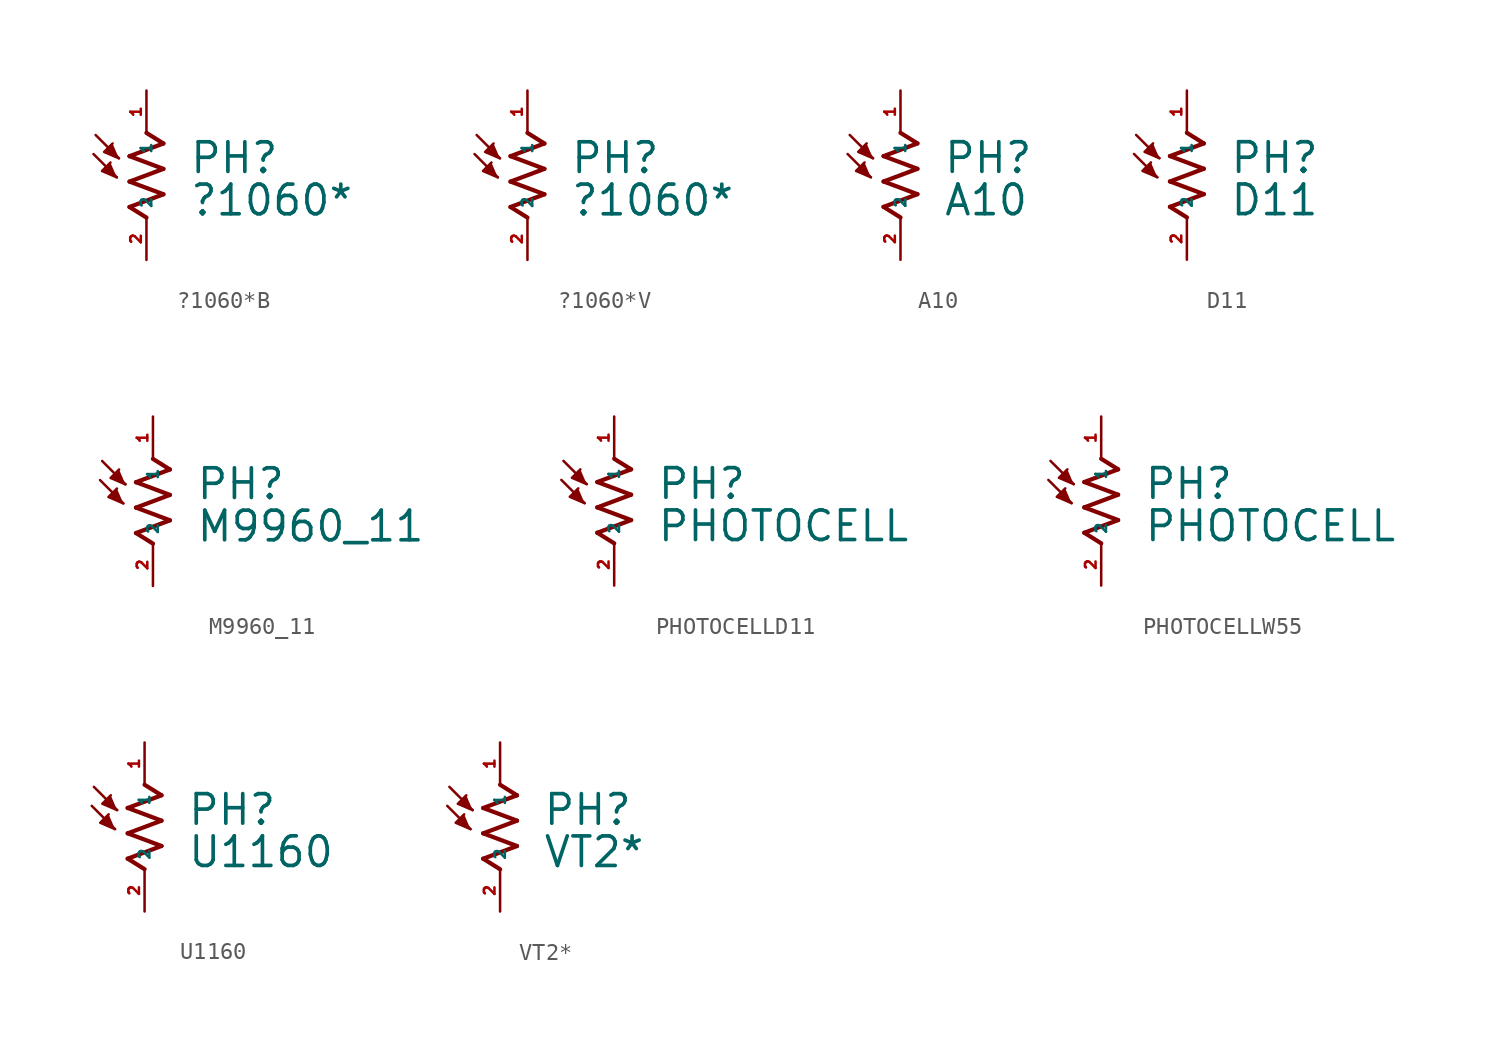
<source format=kicad_sym>
(kicad_symbol_lib
  (version 20220914)
  (generator Eagle2Kicad)
  (symbol "?1060*B"
    (property "Reference" "PH"
      (at 2.54 0 0)
      (effects (font (size 1.778 1.778) (thickness 0.22)) (justify left bottom)))
    (property "Value" "?1060*"
      (at 2.54 -2.54 0)
      (effects (font (size 1.778 1.778) (thickness 0.22)) (justify left bottom)))
    (polyline
      (pts (xy -1.778 -0.127) (xy -2.667 0.254) (xy -2.159 0.762))
      (stroke (width 0.152) (type default))
      (fill (type outline)))
    (polyline
      (pts (xy -1.651 1.016) (xy -2.54 1.397) (xy -2.032 1.905))
      (stroke (width 0.152) (type default))
      (fill (type outline)))
    (polyline
      (pts (xy -3.048 2.413) (xy -1.651 1.016))
      (stroke (width 0.152) (type default))
      (fill (type none)))
    (polyline
      (pts (xy -3.175 1.27) (xy -1.778 -0.127))
      (stroke (width 0.152) (type default))
      (fill (type none)))
    (polyline
      (pts (xy 0 -2.54) (xy -1.016 -1.905))
      (stroke (width 0.254) (type default))
      (fill (type none)))
    (polyline
      (pts (xy 1.016 -1.143) (xy -1.016 -0.381))
      (stroke (width 0.254) (type default))
      (fill (type none)))
    (polyline
      (pts (xy -1.016 -0.381) (xy 1.016 0.381))
      (stroke (width 0.254) (type default))
      (fill (type none)))
    (polyline
      (pts (xy 1.016 0.381) (xy -1.016 1.143))
      (stroke (width 0.254) (type default))
      (fill (type none)))
    (polyline
      (pts (xy -1.016 1.143) (xy 1.016 1.905))
      (stroke (width 0.254) (type default))
      (fill (type none)))
    (polyline
      (pts (xy 0 2.54) (xy 1.016 1.905))
      (stroke (width 0.254) (type default))
      (fill (type none)))
    (polyline
      (pts (xy -1.016 -1.905) (xy 1.016 -1.143))
      (stroke (width 0.254) (type default))
      (fill (type none)))
    (pin passive line
      (at 0 5.08 270)
      (length 2.54)
      (name "1" (effects (font (size 0.635 0.635) (thickness 0.08)) (justify left bottom)))
      (number "1" (effects (font (size 0.635 0.635) (thickness 0.08)) (justify left bottom))))
    (pin passive line
      (at 0 -5.08 90)
      (length 2.54)
      (name "2" (effects (font (size 0.635 0.635) (thickness 0.08)) (justify left bottom)))
      (number "2" (effects (font (size 0.635 0.635) (thickness 0.08)) (justify left bottom)))))
  (symbol "?1060*V"
    (property "Reference" "PH"
      (at 2.54 0 0)
      (effects (font (size 1.778 1.778) (thickness 0.22)) (justify left bottom)))
    (property "Value" "?1060*"
      (at 2.54 -2.54 0)
      (effects (font (size 1.778 1.778) (thickness 0.22)) (justify left bottom)))
    (polyline
      (pts (xy -1.778 -0.127) (xy -2.667 0.254) (xy -2.159 0.762))
      (stroke (width 0.152) (type default))
      (fill (type outline)))
    (polyline
      (pts (xy -1.651 1.016) (xy -2.54 1.397) (xy -2.032 1.905))
      (stroke (width 0.152) (type default))
      (fill (type outline)))
    (polyline
      (pts (xy -3.048 2.413) (xy -1.651 1.016))
      (stroke (width 0.152) (type default))
      (fill (type none)))
    (polyline
      (pts (xy -3.175 1.27) (xy -1.778 -0.127))
      (stroke (width 0.152) (type default))
      (fill (type none)))
    (polyline
      (pts (xy 0 -2.54) (xy -1.016 -1.905))
      (stroke (width 0.254) (type default))
      (fill (type none)))
    (polyline
      (pts (xy 1.016 -1.143) (xy -1.016 -0.381))
      (stroke (width 0.254) (type default))
      (fill (type none)))
    (polyline
      (pts (xy -1.016 -0.381) (xy 1.016 0.381))
      (stroke (width 0.254) (type default))
      (fill (type none)))
    (polyline
      (pts (xy 1.016 0.381) (xy -1.016 1.143))
      (stroke (width 0.254) (type default))
      (fill (type none)))
    (polyline
      (pts (xy -1.016 1.143) (xy 1.016 1.905))
      (stroke (width 0.254) (type default))
      (fill (type none)))
    (polyline
      (pts (xy 0 2.54) (xy 1.016 1.905))
      (stroke (width 0.254) (type default))
      (fill (type none)))
    (polyline
      (pts (xy -1.016 -1.905) (xy 1.016 -1.143))
      (stroke (width 0.254) (type default))
      (fill (type none)))
    (pin passive line
      (at 0 5.08 270)
      (length 2.54)
      (name "1" (effects (font (size 0.635 0.635) (thickness 0.08)) (justify left bottom)))
      (number "1" (effects (font (size 0.635 0.635) (thickness 0.08)) (justify left bottom))))
    (pin passive line
      (at 0 -5.08 90)
      (length 2.54)
      (name "2" (effects (font (size 0.635 0.635) (thickness 0.08)) (justify left bottom)))
      (number "2" (effects (font (size 0.635 0.635) (thickness 0.08)) (justify left bottom)))))
  (symbol "A10"
    (property "Reference" "PH"
      (at 2.54 0 0)
      (effects (font (size 1.778 1.778) (thickness 0.22)) (justify left bottom)))
    (property "Value" "A10"
      (at 2.54 -2.54 0)
      (effects (font (size 1.778 1.778) (thickness 0.22)) (justify left bottom)))
    (polyline
      (pts (xy -1.778 -0.127) (xy -2.667 0.254) (xy -2.159 0.762))
      (stroke (width 0.152) (type default))
      (fill (type outline)))
    (polyline
      (pts (xy -1.651 1.016) (xy -2.54 1.397) (xy -2.032 1.905))
      (stroke (width 0.152) (type default))
      (fill (type outline)))
    (polyline
      (pts (xy -3.048 2.413) (xy -1.651 1.016))
      (stroke (width 0.152) (type default))
      (fill (type none)))
    (polyline
      (pts (xy -3.175 1.27) (xy -1.778 -0.127))
      (stroke (width 0.152) (type default))
      (fill (type none)))
    (polyline
      (pts (xy 0 -2.54) (xy -1.016 -1.905))
      (stroke (width 0.254) (type default))
      (fill (type none)))
    (polyline
      (pts (xy 1.016 -1.143) (xy -1.016 -0.381))
      (stroke (width 0.254) (type default))
      (fill (type none)))
    (polyline
      (pts (xy -1.016 -0.381) (xy 1.016 0.381))
      (stroke (width 0.254) (type default))
      (fill (type none)))
    (polyline
      (pts (xy 1.016 0.381) (xy -1.016 1.143))
      (stroke (width 0.254) (type default))
      (fill (type none)))
    (polyline
      (pts (xy -1.016 1.143) (xy 1.016 1.905))
      (stroke (width 0.254) (type default))
      (fill (type none)))
    (polyline
      (pts (xy 0 2.54) (xy 1.016 1.905))
      (stroke (width 0.254) (type default))
      (fill (type none)))
    (polyline
      (pts (xy -1.016 -1.905) (xy 1.016 -1.143))
      (stroke (width 0.254) (type default))
      (fill (type none)))
    (pin passive line
      (at 0 5.08 270)
      (length 2.54)
      (name "1" (effects (font (size 0.635 0.635) (thickness 0.08)) (justify left bottom)))
      (number "1" (effects (font (size 0.635 0.635) (thickness 0.08)) (justify left bottom))))
    (pin passive line
      (at 0 -5.08 90)
      (length 2.54)
      (name "2" (effects (font (size 0.635 0.635) (thickness 0.08)) (justify left bottom)))
      (number "2" (effects (font (size 0.635 0.635) (thickness 0.08)) (justify left bottom)))))
  (symbol "D11"
    (property "Reference" "PH"
      (at 2.54 0 0)
      (effects (font (size 1.778 1.778) (thickness 0.22)) (justify left bottom)))
    (property "Value" "D11"
      (at 2.54 -2.54 0)
      (effects (font (size 1.778 1.778) (thickness 0.22)) (justify left bottom)))
    (polyline
      (pts (xy -1.778 -0.127) (xy -2.667 0.254) (xy -2.159 0.762))
      (stroke (width 0.152) (type default))
      (fill (type outline)))
    (polyline
      (pts (xy -1.651 1.016) (xy -2.54 1.397) (xy -2.032 1.905))
      (stroke (width 0.152) (type default))
      (fill (type outline)))
    (polyline
      (pts (xy -3.048 2.413) (xy -1.651 1.016))
      (stroke (width 0.152) (type default))
      (fill (type none)))
    (polyline
      (pts (xy -3.175 1.27) (xy -1.778 -0.127))
      (stroke (width 0.152) (type default))
      (fill (type none)))
    (polyline
      (pts (xy 0 -2.54) (xy -1.016 -1.905))
      (stroke (width 0.254) (type default))
      (fill (type none)))
    (polyline
      (pts (xy 1.016 -1.143) (xy -1.016 -0.381))
      (stroke (width 0.254) (type default))
      (fill (type none)))
    (polyline
      (pts (xy -1.016 -0.381) (xy 1.016 0.381))
      (stroke (width 0.254) (type default))
      (fill (type none)))
    (polyline
      (pts (xy 1.016 0.381) (xy -1.016 1.143))
      (stroke (width 0.254) (type default))
      (fill (type none)))
    (polyline
      (pts (xy -1.016 1.143) (xy 1.016 1.905))
      (stroke (width 0.254) (type default))
      (fill (type none)))
    (polyline
      (pts (xy 0 2.54) (xy 1.016 1.905))
      (stroke (width 0.254) (type default))
      (fill (type none)))
    (polyline
      (pts (xy -1.016 -1.905) (xy 1.016 -1.143))
      (stroke (width 0.254) (type default))
      (fill (type none)))
    (pin passive line
      (at 0 5.08 270)
      (length 2.54)
      (name "1" (effects (font (size 0.635 0.635) (thickness 0.08)) (justify left bottom)))
      (number "1" (effects (font (size 0.635 0.635) (thickness 0.08)) (justify left bottom))))
    (pin passive line
      (at 0 -5.08 90)
      (length 2.54)
      (name "2" (effects (font (size 0.635 0.635) (thickness 0.08)) (justify left bottom)))
      (number "2" (effects (font (size 0.635 0.635) (thickness 0.08)) (justify left bottom)))))
  (symbol "M9960_11"
    (property "Reference" "PH"
      (at 2.54 0 0)
      (effects (font (size 1.778 1.778) (thickness 0.22)) (justify left bottom)))
    (property "Value" "M9960_11"
      (at 2.54 -2.54 0)
      (effects (font (size 1.778 1.778) (thickness 0.22)) (justify left bottom)))
    (polyline
      (pts (xy -1.778 -0.127) (xy -2.667 0.254) (xy -2.159 0.762))
      (stroke (width 0.152) (type default))
      (fill (type outline)))
    (polyline
      (pts (xy -1.651 1.016) (xy -2.54 1.397) (xy -2.032 1.905))
      (stroke (width 0.152) (type default))
      (fill (type outline)))
    (polyline
      (pts (xy -3.048 2.413) (xy -1.651 1.016))
      (stroke (width 0.152) (type default))
      (fill (type none)))
    (polyline
      (pts (xy -3.175 1.27) (xy -1.778 -0.127))
      (stroke (width 0.152) (type default))
      (fill (type none)))
    (polyline
      (pts (xy 0 -2.54) (xy -1.016 -1.905))
      (stroke (width 0.254) (type default))
      (fill (type none)))
    (polyline
      (pts (xy 1.016 -1.143) (xy -1.016 -0.381))
      (stroke (width 0.254) (type default))
      (fill (type none)))
    (polyline
      (pts (xy -1.016 -0.381) (xy 1.016 0.381))
      (stroke (width 0.254) (type default))
      (fill (type none)))
    (polyline
      (pts (xy 1.016 0.381) (xy -1.016 1.143))
      (stroke (width 0.254) (type default))
      (fill (type none)))
    (polyline
      (pts (xy -1.016 1.143) (xy 1.016 1.905))
      (stroke (width 0.254) (type default))
      (fill (type none)))
    (polyline
      (pts (xy 0 2.54) (xy 1.016 1.905))
      (stroke (width 0.254) (type default))
      (fill (type none)))
    (polyline
      (pts (xy -1.016 -1.905) (xy 1.016 -1.143))
      (stroke (width 0.254) (type default))
      (fill (type none)))
    (pin passive line
      (at 0 5.08 270)
      (length 2.54)
      (name "1" (effects (font (size 0.635 0.635) (thickness 0.08)) (justify left bottom)))
      (number "1" (effects (font (size 0.635 0.635) (thickness 0.08)) (justify left bottom))))
    (pin passive line
      (at 0 -5.08 90)
      (length 2.54)
      (name "2" (effects (font (size 0.635 0.635) (thickness 0.08)) (justify left bottom)))
      (number "2" (effects (font (size 0.635 0.635) (thickness 0.08)) (justify left bottom)))))
  (symbol "PHOTOCELLD11"
    (property "Reference" "PH"
      (at 2.54 0 0)
      (effects (font (size 1.778 1.778) (thickness 0.22)) (justify left bottom)))
    (property "Value" "PHOTOCELL"
      (at 2.54 -2.54 0)
      (effects (font (size 1.778 1.778) (thickness 0.22)) (justify left bottom)))
    (polyline
      (pts (xy -1.778 -0.127) (xy -2.667 0.254) (xy -2.159 0.762))
      (stroke (width 0.152) (type default))
      (fill (type outline)))
    (polyline
      (pts (xy -1.651 1.016) (xy -2.54 1.397) (xy -2.032 1.905))
      (stroke (width 0.152) (type default))
      (fill (type outline)))
    (polyline
      (pts (xy -3.048 2.413) (xy -1.651 1.016))
      (stroke (width 0.152) (type default))
      (fill (type none)))
    (polyline
      (pts (xy -3.175 1.27) (xy -1.778 -0.127))
      (stroke (width 0.152) (type default))
      (fill (type none)))
    (polyline
      (pts (xy 0 -2.54) (xy -1.016 -1.905))
      (stroke (width 0.254) (type default))
      (fill (type none)))
    (polyline
      (pts (xy 1.016 -1.143) (xy -1.016 -0.381))
      (stroke (width 0.254) (type default))
      (fill (type none)))
    (polyline
      (pts (xy -1.016 -0.381) (xy 1.016 0.381))
      (stroke (width 0.254) (type default))
      (fill (type none)))
    (polyline
      (pts (xy 1.016 0.381) (xy -1.016 1.143))
      (stroke (width 0.254) (type default))
      (fill (type none)))
    (polyline
      (pts (xy -1.016 1.143) (xy 1.016 1.905))
      (stroke (width 0.254) (type default))
      (fill (type none)))
    (polyline
      (pts (xy 0 2.54) (xy 1.016 1.905))
      (stroke (width 0.254) (type default))
      (fill (type none)))
    (polyline
      (pts (xy -1.016 -1.905) (xy 1.016 -1.143))
      (stroke (width 0.254) (type default))
      (fill (type none)))
    (pin passive line
      (at 0 5.08 270)
      (length 2.54)
      (name "1" (effects (font (size 0.635 0.635) (thickness 0.08)) (justify left bottom)))
      (number "1" (effects (font (size 0.635 0.635) (thickness 0.08)) (justify left bottom))))
    (pin passive line
      (at 0 -5.08 90)
      (length 2.54)
      (name "2" (effects (font (size 0.635 0.635) (thickness 0.08)) (justify left bottom)))
      (number "2" (effects (font (size 0.635 0.635) (thickness 0.08)) (justify left bottom)))))
  (symbol "PHOTOCELLW55"
    (property "Reference" "PH"
      (at 2.54 0 0)
      (effects (font (size 1.778 1.778) (thickness 0.22)) (justify left bottom)))
    (property "Value" "PHOTOCELL"
      (at 2.54 -2.54 0)
      (effects (font (size 1.778 1.778) (thickness 0.22)) (justify left bottom)))
    (polyline
      (pts (xy -1.778 -0.127) (xy -2.667 0.254) (xy -2.159 0.762))
      (stroke (width 0.152) (type default))
      (fill (type outline)))
    (polyline
      (pts (xy -1.651 1.016) (xy -2.54 1.397) (xy -2.032 1.905))
      (stroke (width 0.152) (type default))
      (fill (type outline)))
    (polyline
      (pts (xy -3.048 2.413) (xy -1.651 1.016))
      (stroke (width 0.152) (type default))
      (fill (type none)))
    (polyline
      (pts (xy -3.175 1.27) (xy -1.778 -0.127))
      (stroke (width 0.152) (type default))
      (fill (type none)))
    (polyline
      (pts (xy 0 -2.54) (xy -1.016 -1.905))
      (stroke (width 0.254) (type default))
      (fill (type none)))
    (polyline
      (pts (xy 1.016 -1.143) (xy -1.016 -0.381))
      (stroke (width 0.254) (type default))
      (fill (type none)))
    (polyline
      (pts (xy -1.016 -0.381) (xy 1.016 0.381))
      (stroke (width 0.254) (type default))
      (fill (type none)))
    (polyline
      (pts (xy 1.016 0.381) (xy -1.016 1.143))
      (stroke (width 0.254) (type default))
      (fill (type none)))
    (polyline
      (pts (xy -1.016 1.143) (xy 1.016 1.905))
      (stroke (width 0.254) (type default))
      (fill (type none)))
    (polyline
      (pts (xy 0 2.54) (xy 1.016 1.905))
      (stroke (width 0.254) (type default))
      (fill (type none)))
    (polyline
      (pts (xy -1.016 -1.905) (xy 1.016 -1.143))
      (stroke (width 0.254) (type default))
      (fill (type none)))
    (pin passive line
      (at 0 5.08 270)
      (length 2.54)
      (name "1" (effects (font (size 0.635 0.635) (thickness 0.08)) (justify left bottom)))
      (number "1" (effects (font (size 0.635 0.635) (thickness 0.08)) (justify left bottom))))
    (pin passive line
      (at 0 -5.08 90)
      (length 2.54)
      (name "2" (effects (font (size 0.635 0.635) (thickness 0.08)) (justify left bottom)))
      (number "2" (effects (font (size 0.635 0.635) (thickness 0.08)) (justify left bottom)))))
  (symbol "U1160"
    (property "Reference" "PH"
      (at 2.54 0 0)
      (effects (font (size 1.778 1.778) (thickness 0.22)) (justify left bottom)))
    (property "Value" "U1160"
      (at 2.54 -2.54 0)
      (effects (font (size 1.778 1.778) (thickness 0.22)) (justify left bottom)))
    (polyline
      (pts (xy -1.778 -0.127) (xy -2.667 0.254) (xy -2.159 0.762))
      (stroke (width 0.152) (type default))
      (fill (type outline)))
    (polyline
      (pts (xy -1.651 1.016) (xy -2.54 1.397) (xy -2.032 1.905))
      (stroke (width 0.152) (type default))
      (fill (type outline)))
    (polyline
      (pts (xy -3.048 2.413) (xy -1.651 1.016))
      (stroke (width 0.152) (type default))
      (fill (type none)))
    (polyline
      (pts (xy -3.175 1.27) (xy -1.778 -0.127))
      (stroke (width 0.152) (type default))
      (fill (type none)))
    (polyline
      (pts (xy 0 -2.54) (xy -1.016 -1.905))
      (stroke (width 0.254) (type default))
      (fill (type none)))
    (polyline
      (pts (xy 1.016 -1.143) (xy -1.016 -0.381))
      (stroke (width 0.254) (type default))
      (fill (type none)))
    (polyline
      (pts (xy -1.016 -0.381) (xy 1.016 0.381))
      (stroke (width 0.254) (type default))
      (fill (type none)))
    (polyline
      (pts (xy 1.016 0.381) (xy -1.016 1.143))
      (stroke (width 0.254) (type default))
      (fill (type none)))
    (polyline
      (pts (xy -1.016 1.143) (xy 1.016 1.905))
      (stroke (width 0.254) (type default))
      (fill (type none)))
    (polyline
      (pts (xy 0 2.54) (xy 1.016 1.905))
      (stroke (width 0.254) (type default))
      (fill (type none)))
    (polyline
      (pts (xy -1.016 -1.905) (xy 1.016 -1.143))
      (stroke (width 0.254) (type default))
      (fill (type none)))
    (pin passive line
      (at 0 5.08 270)
      (length 2.54)
      (name "1" (effects (font (size 0.635 0.635) (thickness 0.08)) (justify left bottom)))
      (number "1" (effects (font (size 0.635 0.635) (thickness 0.08)) (justify left bottom))))
    (pin passive line
      (at 0 -5.08 90)
      (length 2.54)
      (name "2" (effects (font (size 0.635 0.635) (thickness 0.08)) (justify left bottom)))
      (number "2" (effects (font (size 0.635 0.635) (thickness 0.08)) (justify left bottom)))))
  (symbol "VT2*"
    (property "Reference" "PH"
      (at 2.54 0 0)
      (effects (font (size 1.778 1.778) (thickness 0.22)) (justify left bottom)))
    (property "Value" "VT2*"
      (at 2.54 -2.54 0)
      (effects (font (size 1.778 1.778) (thickness 0.22)) (justify left bottom)))
    (polyline
      (pts (xy -1.778 -0.127) (xy -2.667 0.254) (xy -2.159 0.762))
      (stroke (width 0.152) (type default))
      (fill (type outline)))
    (polyline
      (pts (xy -1.651 1.016) (xy -2.54 1.397) (xy -2.032 1.905))
      (stroke (width 0.152) (type default))
      (fill (type outline)))
    (polyline
      (pts (xy -3.048 2.413) (xy -1.651 1.016))
      (stroke (width 0.152) (type default))
      (fill (type none)))
    (polyline
      (pts (xy -3.175 1.27) (xy -1.778 -0.127))
      (stroke (width 0.152) (type default))
      (fill (type none)))
    (polyline
      (pts (xy 0 -2.54) (xy -1.016 -1.905))
      (stroke (width 0.254) (type default))
      (fill (type none)))
    (polyline
      (pts (xy 1.016 -1.143) (xy -1.016 -0.381))
      (stroke (width 0.254) (type default))
      (fill (type none)))
    (polyline
      (pts (xy -1.016 -0.381) (xy 1.016 0.381))
      (stroke (width 0.254) (type default))
      (fill (type none)))
    (polyline
      (pts (xy 1.016 0.381) (xy -1.016 1.143))
      (stroke (width 0.254) (type default))
      (fill (type none)))
    (polyline
      (pts (xy -1.016 1.143) (xy 1.016 1.905))
      (stroke (width 0.254) (type default))
      (fill (type none)))
    (polyline
      (pts (xy 0 2.54) (xy 1.016 1.905))
      (stroke (width 0.254) (type default))
      (fill (type none)))
    (polyline
      (pts (xy -1.016 -1.905) (xy 1.016 -1.143))
      (stroke (width 0.254) (type default))
      (fill (type none)))
    (pin passive line
      (at 0 5.08 270)
      (length 2.54)
      (name "1" (effects (font (size 0.635 0.635) (thickness 0.08)) (justify left bottom)))
      (number "1" (effects (font (size 0.635 0.635) (thickness 0.08)) (justify left bottom))))
    (pin passive line
      (at 0 -5.08 90)
      (length 2.54)
      (name "2" (effects (font (size 0.635 0.635) (thickness 0.08)) (justify left bottom)))
      (number "2" (effects (font (size 0.635 0.635) (thickness 0.08)) (justify left bottom))))))
</source>
